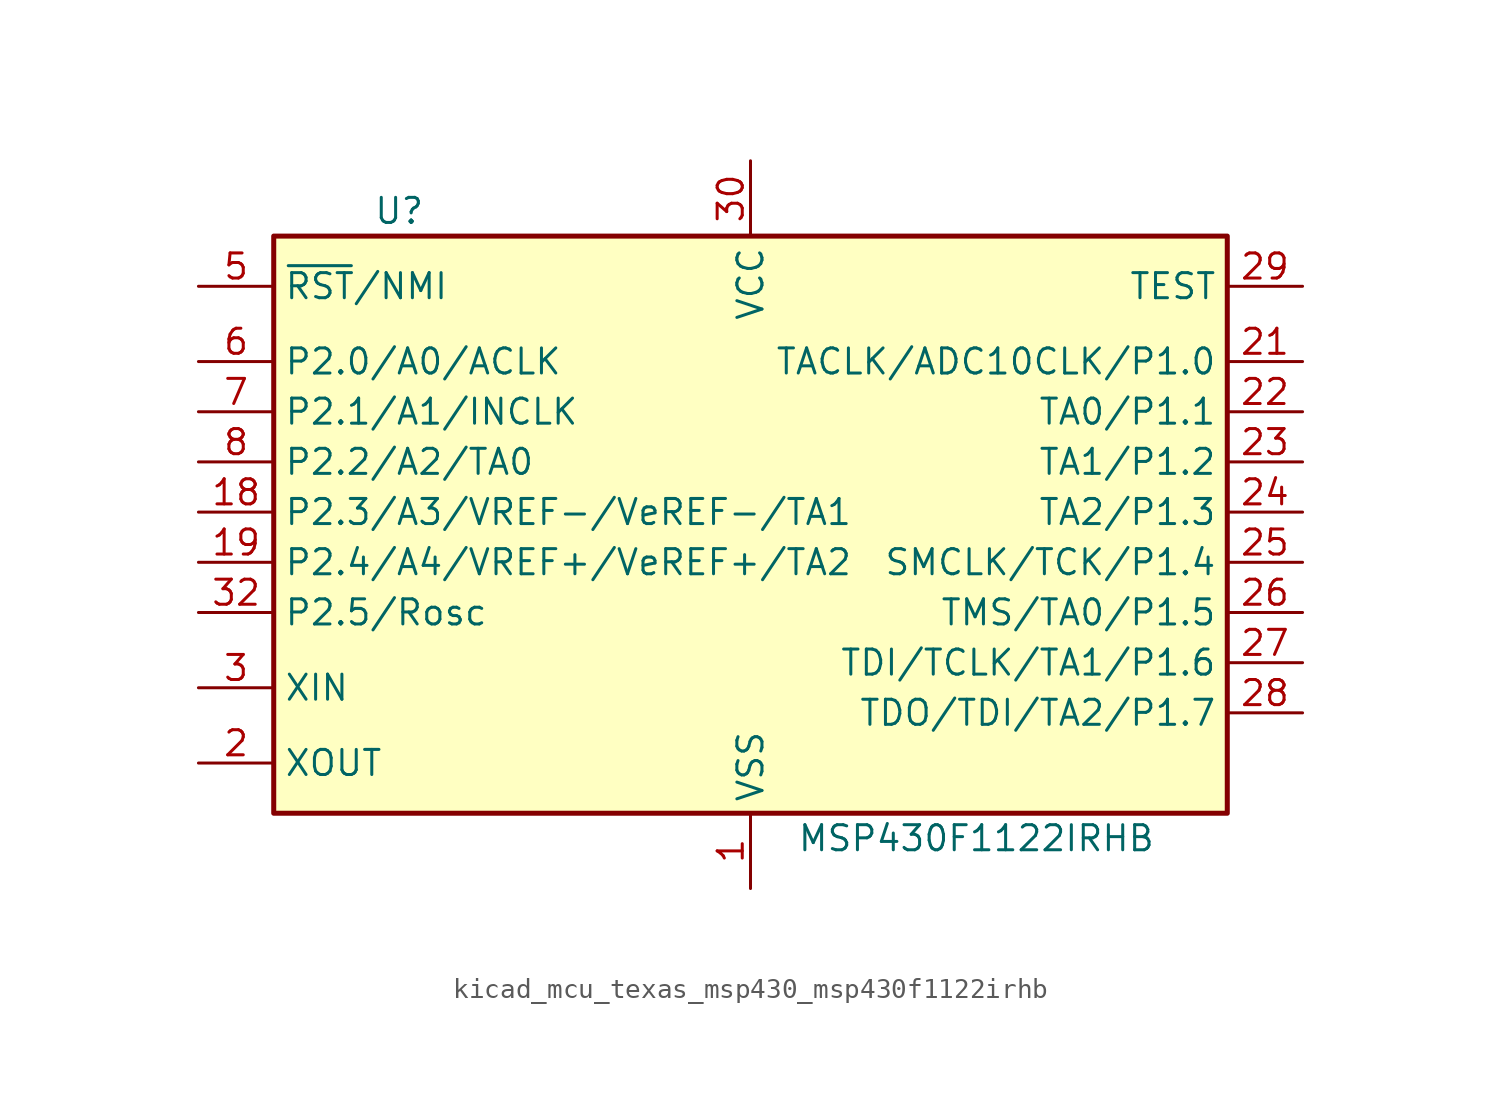
<source format=kicad_sym>
(kicad_symbol_lib
  (version 20220914)
  (generator kicad_symbol_editor)
  (symbol "kicad_mcu_texas_msp430_msp430f1122irhb"
    (property "Reference" "U"
      (at -17.78 15.24 0)
      (effects (font (size 1.27 1.27))))
    (property "Value" "MSP430F1122IRHB"
      (at 11.43 -16.51 0)
      (effects (font (size 1.27 1.27))))
    (symbol "kicad_mcu_texas_msp430_msp430f1122irhb_0_1"
      (rectangle (start -24.13 13.97) (end 24.13 -15.24) (stroke (width 0.254) (type default)) (fill (type background))))
    (symbol "kicad_mcu_texas_msp430_msp430f1122irhb_1_1"
      (pin power_in line (at 0 -19.05 90) (length 3.81) (name "VSS" (effects (font (size 1.27 1.27)))) (number "1" (effects (font (size 1.27 1.27)))))
      (pin bidirectional line (at -27.94 0 0) (length 3.81) (name "P2.3/A3/VREF-/VeREF-/TA1" (effects (font (size 1.27 1.27)))) (number "18" (effects (font (size 1.27 1.27)))))
      (pin bidirectional line (at -27.94 -2.54 0) (length 3.81) (name "P2.4/A4/VREF+/VeREF+/TA2" (effects (font (size 1.27 1.27)))) (number "19" (effects (font (size 1.27 1.27)))))
      (pin output line (at -27.94 -12.7 0) (length 3.81) (name "XOUT" (effects (font (size 1.27 1.27)))) (number "2" (effects (font (size 1.27 1.27)))))
      (pin bidirectional line (at 27.94 7.62 180) (length 3.81) (name "TACLK/ADC10CLK/P1.0" (effects (font (size 1.27 1.27)))) (number "21" (effects (font (size 1.27 1.27)))))
      (pin bidirectional line (at 27.94 5.08 180) (length 3.81) (name "TA0/P1.1" (effects (font (size 1.27 1.27)))) (number "22" (effects (font (size 1.27 1.27)))))
      (pin bidirectional line (at 27.94 2.54 180) (length 3.81) (name "TA1/P1.2" (effects (font (size 1.27 1.27)))) (number "23" (effects (font (size 1.27 1.27)))))
      (pin bidirectional line (at 27.94 0 180) (length 3.81) (name "TA2/P1.3" (effects (font (size 1.27 1.27)))) (number "24" (effects (font (size 1.27 1.27)))))
      (pin bidirectional line (at 27.94 -2.54 180) (length 3.81) (name "SMCLK/TCK/P1.4" (effects (font (size 1.27 1.27)))) (number "25" (effects (font (size 1.27 1.27)))))
      (pin bidirectional line (at 27.94 -5.08 180) (length 3.81) (name "TMS/TA0/P1.5" (effects (font (size 1.27 1.27)))) (number "26" (effects (font (size 1.27 1.27)))))
      (pin bidirectional line (at 27.94 -7.62 180) (length 3.81) (name "TDI/TCLK/TA1/P1.6" (effects (font (size 1.27 1.27)))) (number "27" (effects (font (size 1.27 1.27)))))
      (pin bidirectional line (at 27.94 -10.16 180) (length 3.81) (name "TDO/TDI/TA2/P1.7" (effects (font (size 1.27 1.27)))) (number "28" (effects (font (size 1.27 1.27)))))
      (pin input line (at 27.94 11.43 180) (length 3.81) (name "TEST" (effects (font (size 1.27 1.27)))) (number "29" (effects (font (size 1.27 1.27)))))
      (pin input line (at -27.94 -8.89 0) (length 3.81) (name "XIN" (effects (font (size 1.27 1.27)))) (number "3" (effects (font (size 1.27 1.27)))))
      (pin power_in line (at 0 17.78 270) (length 3.81) (name "VCC" (effects (font (size 1.27 1.27)))) (number "30" (effects (font (size 1.27 1.27)))))
      (pin bidirectional line (at -27.94 -5.08 0) (length 3.81) (name "P2.5/Rosc" (effects (font (size 1.27 1.27)))) (number "32" (effects (font (size 1.27 1.27)))))
      (pin input line (at -27.94 11.43 0) (length 3.81) (name "~{RST}/NMI" (effects (font (size 1.27 1.27)))) (number "5" (effects (font (size 1.27 1.27)))))
      (pin bidirectional line (at -27.94 7.62 0) (length 3.81) (name "P2.0/A0/ACLK" (effects (font (size 1.27 1.27)))) (number "6" (effects (font (size 1.27 1.27)))))
      (pin bidirectional line (at -27.94 5.08 0) (length 3.81) (name "P2.1/A1/INCLK" (effects (font (size 1.27 1.27)))) (number "7" (effects (font (size 1.27 1.27)))))
      (pin bidirectional line (at -27.94 2.54 0) (length 3.81) (name "P2.2/A2/TA0" (effects (font (size 1.27 1.27)))) (number "8" (effects (font (size 1.27 1.27))))))))
</source>
